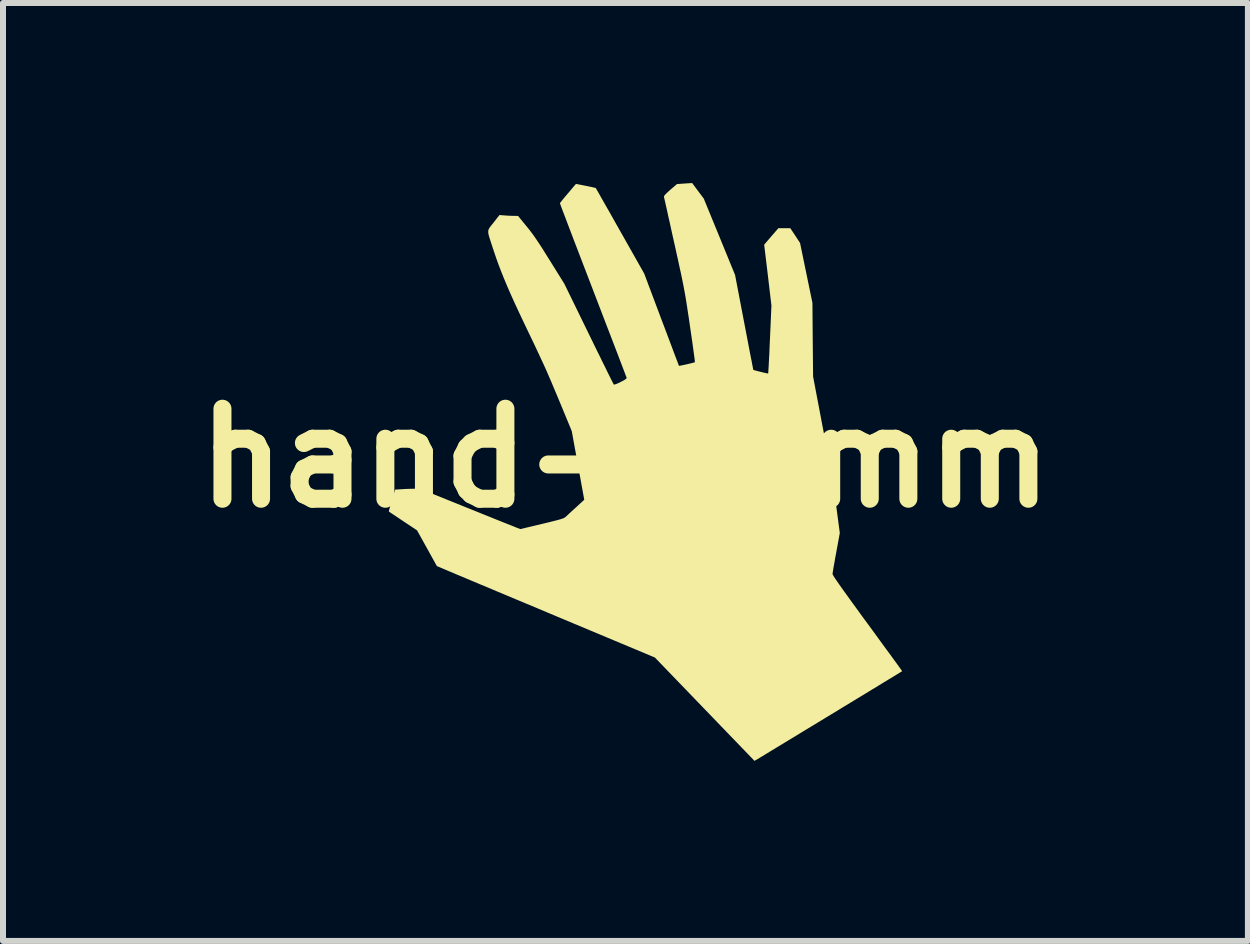
<source format=kicad_pcb>
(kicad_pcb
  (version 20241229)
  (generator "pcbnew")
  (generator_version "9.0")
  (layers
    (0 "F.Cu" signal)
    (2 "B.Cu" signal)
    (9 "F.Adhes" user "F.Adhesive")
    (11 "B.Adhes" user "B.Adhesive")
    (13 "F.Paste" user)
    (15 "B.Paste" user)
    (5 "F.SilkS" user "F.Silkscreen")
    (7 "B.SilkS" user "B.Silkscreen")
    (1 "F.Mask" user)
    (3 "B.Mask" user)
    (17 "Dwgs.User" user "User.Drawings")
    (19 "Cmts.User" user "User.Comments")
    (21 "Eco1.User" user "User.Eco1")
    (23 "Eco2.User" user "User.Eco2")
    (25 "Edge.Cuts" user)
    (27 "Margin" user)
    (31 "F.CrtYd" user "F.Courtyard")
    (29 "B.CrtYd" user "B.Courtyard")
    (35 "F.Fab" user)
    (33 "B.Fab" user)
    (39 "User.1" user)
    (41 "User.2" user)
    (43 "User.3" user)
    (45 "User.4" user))
  (footprint "hand-10mm"
    (layer "F.Cu")
    (at 7.371 4.582)
    (property "Reference" "hand-10mm" (at 0 0 0) (layer "F.SilkS") (effects (font (size 1.5 1.5) (thickness 0.3))))
    (attr board_only exclude_from_pos_files exclude_from_bom)
    (fp_poly (pts (xy 1.208 -4.453) (xy 1.305 -4.324) (xy 1.566 -3.688) (xy 1.827 -3.051) (xy 1.978 -2.262) (xy 2.003 -2.131) (xy 2.027 -2.007) (xy 2.049 -1.891) (xy 2.069 -1.786) (xy 2.087 -1.693) (xy 2.103 -1.614) (xy 2.115 -1.55) (xy 2.124 -1.504) (xy 2.129 -1.476) (xy 2.131 -1.47) (xy 2.142 -1.465) (xy 2.17 -1.457) (xy 2.208 -1.447) (xy 2.253 -1.436) (xy 2.298 -1.425) (xy 2.337 -1.416) (xy 2.366 -1.41) (xy 2.378 -1.409) (xy 2.379 -1.409) (xy 2.38 -1.421) (xy 2.382 -1.454) (xy 2.385 -1.505) (xy 2.389 -1.572) (xy 2.393 -1.653) (xy 2.398 -1.746) (xy 2.402 -1.848) (xy 2.407 -1.958) (xy 2.408 -1.977) (xy 2.433 -2.54) (xy 2.373 -3.048) (xy 2.312 -3.555) (xy 2.43 -3.693) (xy 2.549 -3.83) (xy 2.648 -3.83) (xy 2.747 -3.83) (xy 2.829 -3.707) (xy 2.91 -3.583) (xy 3.013 -3.084) (xy 3.116 -2.585) (xy 3.121 -1.972) (xy 3.127 -1.358) (xy 3.29 -0.5) (xy 3.324 -0.323) (xy 3.354 -0.165) (xy 3.38 -0.024) (xy 3.403 0.101) (xy 3.423 0.215) (xy 3.441 0.319) (xy 3.457 0.416) (xy 3.471 0.509) (xy 3.485 0.599) (xy 3.497 0.691) (xy 3.51 0.785) (xy 3.513 0.804) (xy 3.572 1.249) (xy 3.512 1.577) (xy 3.496 1.661) (xy 3.483 1.74) (xy 3.47 1.809) (xy 3.461 1.866) (xy 3.454 1.907) (xy 3.451 1.93) (xy 3.451 1.932) (xy 3.455 1.943) (xy 3.468 1.966) (xy 3.49 2.001) (xy 3.522 2.048) (xy 3.565 2.11) (xy 3.618 2.185) (xy 3.683 2.275) (xy 3.759 2.381) (xy 3.848 2.503) (xy 3.949 2.643) (xy 4.032 2.755) (xy 4.119 2.874) (xy 4.202 2.988) (xy 4.28 3.095) (xy 4.352 3.194) (xy 4.418 3.283) (xy 4.475 3.362) (xy 4.524 3.429) (xy 4.563 3.483) (xy 4.591 3.522) (xy 4.607 3.546) (xy 4.611 3.552) (xy 4.601 3.558) (xy 4.573 3.575) (xy 4.529 3.602) (xy 4.469 3.639) (xy 4.396 3.683) (xy 4.31 3.735) (xy 4.214 3.794) (xy 4.108 3.858) (xy 3.994 3.928) (xy 3.873 4.001) (xy 3.747 4.078) (xy 3.618 4.156) (xy 3.486 4.237) (xy 3.353 4.317) (xy 3.22 4.398) (xy 3.09 4.477) (xy 2.962 4.554) (xy 2.84 4.629) (xy 2.724 4.699) (xy 2.615 4.765) (xy 2.515 4.826) (xy 2.426 4.88) (xy 2.349 4.927) (xy 2.285 4.966) (xy 2.235 4.996) (xy 2.202 5.016) (xy 2.187 5.025) (xy 2.186 5.025) (xy 2.151 5.046) (xy 1.321 4.185) (xy 0.491 3.324) (xy -1.109 2.654) (xy -1.295 2.576) (xy -1.477 2.499) (xy -1.655 2.425) (xy -1.827 2.353) (xy -1.991 2.284) (xy -2.147 2.219) (xy -2.293 2.157) (xy -2.428 2.101) (xy -2.55 2.05) (xy -2.658 2.004) (xy -2.75 1.966) (xy -2.826 1.934) (xy -2.884 1.909) (xy -2.922 1.893) (xy -2.926 1.892) (xy -3.142 1.8) (xy -3.307 1.502) (xy -3.472 1.205) (xy -3.705 1.05) (xy -3.769 1.007) (xy -3.827 0.968) (xy -3.876 0.936) (xy -3.913 0.911) (xy -3.936 0.895) (xy -3.942 0.891) (xy -3.94 0.88) (xy -3.933 0.85) (xy -3.921 0.806) (xy -3.905 0.752) (xy -3.892 0.707) (xy -3.837 0.526) (xy -3.718 0.519) (xy -3.656 0.515) (xy -3.591 0.513) (xy -3.533 0.512) (xy -3.512 0.511) (xy -3.425 0.511) (xy -2.647 0.825) (xy -2.519 0.876) (xy -2.397 0.926) (xy -2.281 0.972) (xy -2.173 1.016) (xy -2.076 1.055) (xy -1.991 1.089) (xy -1.92 1.117) (xy -1.865 1.139) (xy -1.828 1.154) (xy -1.811 1.161) (xy -1.752 1.184) (xy -1.391 1.098) (xy -1.291 1.074) (xy -1.211 1.054) (xy -1.148 1.038) (xy -1.1 1.025) (xy -1.064 1.014) (xy -1.038 1.005) (xy -1.018 0.996) (xy -1.004 0.986) (xy -0.991 0.976) (xy -0.989 0.974) (xy -0.966 0.953) (xy -0.931 0.92) (xy -0.888 0.88) (xy -0.839 0.836) (xy -0.817 0.816) (xy -0.686 0.695) (xy -0.79 0.123) (xy -0.894 -0.449) (xy -1.094 -0.933) (xy -1.148 -1.062) (xy -1.196 -1.176) (xy -1.239 -1.279) (xy -1.28 -1.373) (xy -1.319 -1.463) (xy -1.359 -1.552) (xy -1.402 -1.644) (xy -1.448 -1.743) (xy -1.499 -1.852) (xy -1.558 -1.976) (xy -1.608 -2.08) (xy -1.698 -2.268) (xy -1.778 -2.438) (xy -1.85 -2.593) (xy -1.914 -2.735) (xy -1.971 -2.866) (xy -2.022 -2.988) (xy -2.069 -3.105) (xy -2.112 -3.217) (xy -2.152 -3.328) (xy -2.19 -3.44) (xy -2.214 -3.512) (xy -2.241 -3.595) (xy -2.262 -3.66) (xy -2.277 -3.71) (xy -2.285 -3.748) (xy -2.286 -3.779) (xy -2.281 -3.805) (xy -2.269 -3.83) (xy -2.25 -3.857) (xy -2.224 -3.89) (xy -2.198 -3.922) (xy -2.099 -4.049) (xy -2.007 -4.042) (xy -1.953 -4.038) (xy -1.898 -4.036) (xy -1.854 -4.035) (xy -1.852 -4.035) (xy -1.789 -4.034) (xy -1.647 -3.861) (xy -1.605 -3.809) (xy -1.565 -3.757) (xy -1.525 -3.702) (xy -1.483 -3.641) (xy -1.436 -3.571) (xy -1.384 -3.491) (xy -1.324 -3.395) (xy -1.262 -3.296) (xy -1.018 -2.904) (xy -0.61 -2.068) (xy -0.547 -1.939) (xy -0.487 -1.816) (xy -0.43 -1.701) (xy -0.378 -1.594) (xy -0.33 -1.498) (xy -0.289 -1.413) (xy -0.254 -1.343) (xy -0.226 -1.287) (xy -0.206 -1.248) (xy -0.195 -1.227) (xy -0.194 -1.224) (xy -0.18 -1.225) (xy -0.152 -1.234) (xy -0.112 -1.251) (xy -0.08 -1.267) (xy -0.03 -1.293) (xy 0.001 -1.312) (xy 0.017 -1.327) (xy 0.02 -1.338) (xy 0.02 -1.339) (xy 0.015 -1.352) (xy 0.002 -1.385) (xy -0.017 -1.436) (xy -0.043 -1.504) (xy -0.075 -1.588) (xy -0.112 -1.685) (xy -0.154 -1.795) (xy -0.201 -1.917) (xy -0.251 -2.048) (xy -0.305 -2.187) (xy -0.361 -2.333) (xy -0.403 -2.443) (xy -0.498 -2.69) (xy -0.585 -2.917) (xy -0.664 -3.123) (xy -0.736 -3.31) (xy -0.8 -3.478) (xy -0.858 -3.628) (xy -0.908 -3.76) (xy -0.952 -3.875) (xy -0.989 -3.973) (xy -1.02 -4.055) (xy -1.046 -4.122) (xy -1.065 -4.173) (xy -1.079 -4.211) (xy -1.087 -4.235) (xy -1.091 -4.246) (xy -1.091 -4.246) (xy -1.084 -4.257) (xy -1.065 -4.282) (xy -1.036 -4.317) (xy -1 -4.361) (xy -0.98 -4.384) (xy -0.939 -4.432) (xy -0.902 -4.476) (xy -0.872 -4.512) (xy -0.851 -4.536) (xy -0.847 -4.541) (xy -0.824 -4.568) (xy -0.662 -4.536) (xy -0.604 -4.524) (xy -0.555 -4.514) (xy -0.518 -4.505) (xy -0.497 -4.5) (xy -0.494 -4.498) (xy -0.488 -4.488) (xy -0.471 -4.459) (xy -0.445 -4.414) (xy -0.411 -4.353) (xy -0.369 -4.279) (xy -0.32 -4.193) (xy -0.265 -4.097) (xy -0.206 -3.992) (xy -0.143 -3.88) (xy -0.088 -3.783) (xy 0.313 -3.074) (xy 0.601 -2.307) (xy 0.649 -2.181) (xy 0.694 -2.062) (xy 0.736 -1.95) (xy 0.774 -1.849) (xy 0.808 -1.758) (xy 0.837 -1.681) (xy 0.861 -1.619) (xy 0.878 -1.573) (xy 0.889 -1.545) (xy 0.892 -1.537) (xy 0.904 -1.537) (xy 0.932 -1.543) (xy 0.972 -1.551) (xy 1.018 -1.561) (xy 1.064 -1.572) (xy 1.106 -1.582) (xy 1.139 -1.591) (xy 1.156 -1.596) (xy 1.158 -1.597) (xy 1.157 -1.609) (xy 1.154 -1.642) (xy 1.147 -1.692) (xy 1.138 -1.759) (xy 1.127 -1.84) (xy 1.114 -1.933) (xy 1.099 -2.037) (xy 1.083 -2.147) (xy 1.075 -2.202) (xy 1.058 -2.32) (xy 1.042 -2.424) (xy 1.028 -2.517) (xy 1.015 -2.601) (xy 1.002 -2.679) (xy 0.989 -2.754) (xy 0.975 -2.829) (xy 0.96 -2.907) (xy 0.943 -2.99) (xy 0.924 -3.082) (xy 0.901 -3.185) (xy 0.876 -3.303) (xy 0.846 -3.437) (xy 0.817 -3.569) (xy 0.788 -3.697) (xy 0.761 -3.82) (xy 0.736 -3.934) (xy 0.712 -4.039) (xy 0.692 -4.132) (xy 0.674 -4.211) (xy 0.66 -4.274) (xy 0.649 -4.321) (xy 0.643 -4.348) (xy 0.641 -4.354) (xy 0.646 -4.369) (xy 0.668 -4.395) (xy 0.706 -4.432) (xy 0.747 -4.469) (xy 0.859 -4.565) (xy 0.985 -4.574) (xy 1.112 -4.582)) (stroke (width 0) (type solid)) (fill yes) (layer "F.SilkS")))
  (gr_rect
    (start -3 -3)
    (end 17.743 12.628)
    (stroke (width 0.1) (type default))
    (fill no)
    (layer "Edge.Cuts")))
</source>
